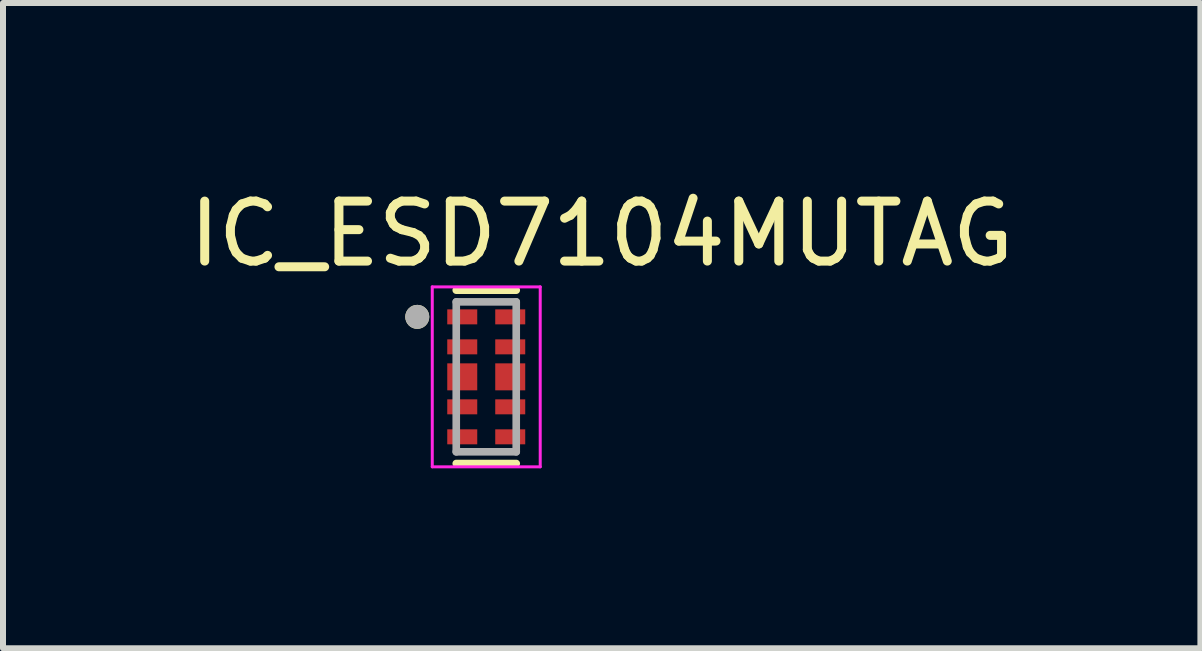
<source format=kicad_pcb>
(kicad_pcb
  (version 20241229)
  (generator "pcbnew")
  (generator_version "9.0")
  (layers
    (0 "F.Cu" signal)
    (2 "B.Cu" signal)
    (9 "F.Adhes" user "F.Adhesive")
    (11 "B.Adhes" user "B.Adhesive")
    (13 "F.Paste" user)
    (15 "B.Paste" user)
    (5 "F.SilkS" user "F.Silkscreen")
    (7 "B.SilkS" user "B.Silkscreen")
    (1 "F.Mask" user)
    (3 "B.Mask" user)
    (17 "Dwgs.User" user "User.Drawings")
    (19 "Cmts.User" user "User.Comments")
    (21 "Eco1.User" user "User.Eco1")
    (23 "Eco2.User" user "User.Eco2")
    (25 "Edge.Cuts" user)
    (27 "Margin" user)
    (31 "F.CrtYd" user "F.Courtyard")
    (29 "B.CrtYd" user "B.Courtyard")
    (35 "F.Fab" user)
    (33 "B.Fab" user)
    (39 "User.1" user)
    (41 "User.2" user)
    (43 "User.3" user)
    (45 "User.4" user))
  (footprint "IC_ESD7104MUTAG"
    (layer "F.Cu")
    (at 5.057 3.233)
    (property "Reference" "IC_ESD7104MUTAG" (at 1.925 -2.385 0) (layer "F.SilkS") (effects (font (size 1 1) (thickness 0.15))))
    (attr smd)
    (fp_poly (pts (xy -0.7 -1.175) (xy -0.1 -1.175) (xy -0.1 -0.825) (xy -0.7 -0.825)) (stroke (width 0.01) (type solid)) (fill yes) (layer "F.Mask"))
    (fp_poly (pts (xy -0.7 -0.675) (xy -0.1 -0.675) (xy -0.1 -0.325) (xy -0.7 -0.325)) (stroke (width 0.01) (type solid)) (fill yes) (layer "F.Mask"))
    (fp_poly (pts (xy -0.7 -0.275) (xy -0.1 -0.275) (xy -0.1 0.275) (xy -0.7 0.275)) (stroke (width 0.01) (type solid)) (fill yes) (layer "F.Mask"))
    (fp_poly (pts (xy -0.7 0.325) (xy -0.1 0.325) (xy -0.1 0.675) (xy -0.7 0.675)) (stroke (width 0.01) (type solid)) (fill yes) (layer "F.Mask"))
    (fp_poly (pts (xy -0.7 0.825) (xy -0.1 0.825) (xy -0.1 1.175) (xy -0.7 1.175)) (stroke (width 0.01) (type solid)) (fill yes) (layer "F.Mask"))
    (fp_poly (pts (xy 0.7 -0.825) (xy 0.1 -0.825) (xy 0.1 -1.175) (xy 0.7 -1.175)) (stroke (width 0.01) (type solid)) (fill yes) (layer "F.Mask"))
    (fp_poly (pts (xy 0.7 -0.325) (xy 0.1 -0.325) (xy 0.1 -0.675) (xy 0.7 -0.675)) (stroke (width 0.01) (type solid)) (fill yes) (layer "F.Mask"))
    (fp_poly (pts (xy 0.7 0.275) (xy 0.1 0.275) (xy 0.1 -0.275) (xy 0.7 -0.275)) (stroke (width 0.01) (type solid)) (fill yes) (layer "F.Mask"))
    (fp_poly (pts (xy 0.7 0.675) (xy 0.1 0.675) (xy 0.1 0.325) (xy 0.7 0.325)) (stroke (width 0.01) (type solid)) (fill yes) (layer "F.Mask"))
    (fp_poly (pts (xy 0.7 1.175) (xy 0.1 1.175) (xy 0.1 0.825) (xy 0.7 0.825)) (stroke (width 0.01) (type solid)) (fill yes) (layer "F.Mask"))
    (fp_line (start -0.5 -1.445) (end 0.5 -1.445) (stroke (width 0.127) (type solid)) (layer "F.SilkS"))
    (fp_line (start 0.5 1.445) (end -0.5 1.445) (stroke (width 0.127) (type solid)) (layer "F.SilkS"))
    (fp_circle (center -1.15 -1) (end -1.05 -1) (stroke (width 0.2) (type solid)) (fill no) (layer "F.SilkS"))
    (fp_line (start -0.9 -1.5) (end -0.9 1.5) (stroke (width 0.05) (type solid)) (layer "F.CrtYd"))
    (fp_line (start -0.9 1.5) (end 0.9 1.5) (stroke (width 0.05) (type solid)) (layer "F.CrtYd"))
    (fp_line (start 0.9 -1.5) (end -0.9 -1.5) (stroke (width 0.05) (type solid)) (layer "F.CrtYd"))
    (fp_line (start 0.9 1.5) (end 0.9 -1.5) (stroke (width 0.05) (type solid)) (layer "F.CrtYd"))
    (fp_line (start -0.5 -1.25) (end 0.5 -1.25) (stroke (width 0.127) (type solid)) (layer "F.Fab"))
    (fp_line (start -0.5 1.25) (end -0.5 -1.25) (stroke (width 0.127) (type solid)) (layer "F.Fab"))
    (fp_line (start 0.5 -1.25) (end 0.5 1.25) (stroke (width 0.127) (type solid)) (layer "F.Fab"))
    (fp_line (start 0.5 1.25) (end -0.5 1.25) (stroke (width 0.127) (type solid)) (layer "F.Fab"))
    (fp_circle (center -1.15 -1) (end -1.05 -1) (stroke (width 0.2) (type solid)) (fill no) (layer "F.Fab"))
    (pad "1" smd rect (at -0.4 -1) (size 0.5 0.25) (layers "F.Cu" "F.Paste"))
    (pad "2" smd rect (at -0.4 -0.5) (size 0.5 0.25) (layers "F.Cu" "F.Paste"))
    (pad "3" smd rect (at -0.4 0) (size 0.5 0.45) (layers "F.Cu" "F.Paste"))
    (pad "4" smd rect (at -0.4 0.5) (size 0.5 0.25) (layers "F.Cu" "F.Paste"))
    (pad "5" smd rect (at -0.4 1) (size 0.5 0.25) (layers "F.Cu" "F.Paste"))
    (pad "6" smd rect (at 0.4 1) (size 0.5 0.25) (layers "F.Cu" "F.Paste"))
    (pad "7" smd rect (at 0.4 0.5) (size 0.5 0.25) (layers "F.Cu" "F.Paste"))
    (pad "8" smd rect (at 0.4 0) (size 0.5 0.45) (layers "F.Cu" "F.Paste"))
    (pad "9" smd rect (at 0.4 -0.5) (size 0.5 0.25) (layers "F.Cu" "F.Paste"))
    (pad "10" smd rect (at 0.4 -1) (size 0.5 0.25) (layers "F.Cu" "F.Paste")))
  (gr_rect
    (start -3 -3)
    (end 16.964 7.758)
    (stroke (width 0.1) (type default))
    (fill no)
    (layer "Edge.Cuts")))
</source>
